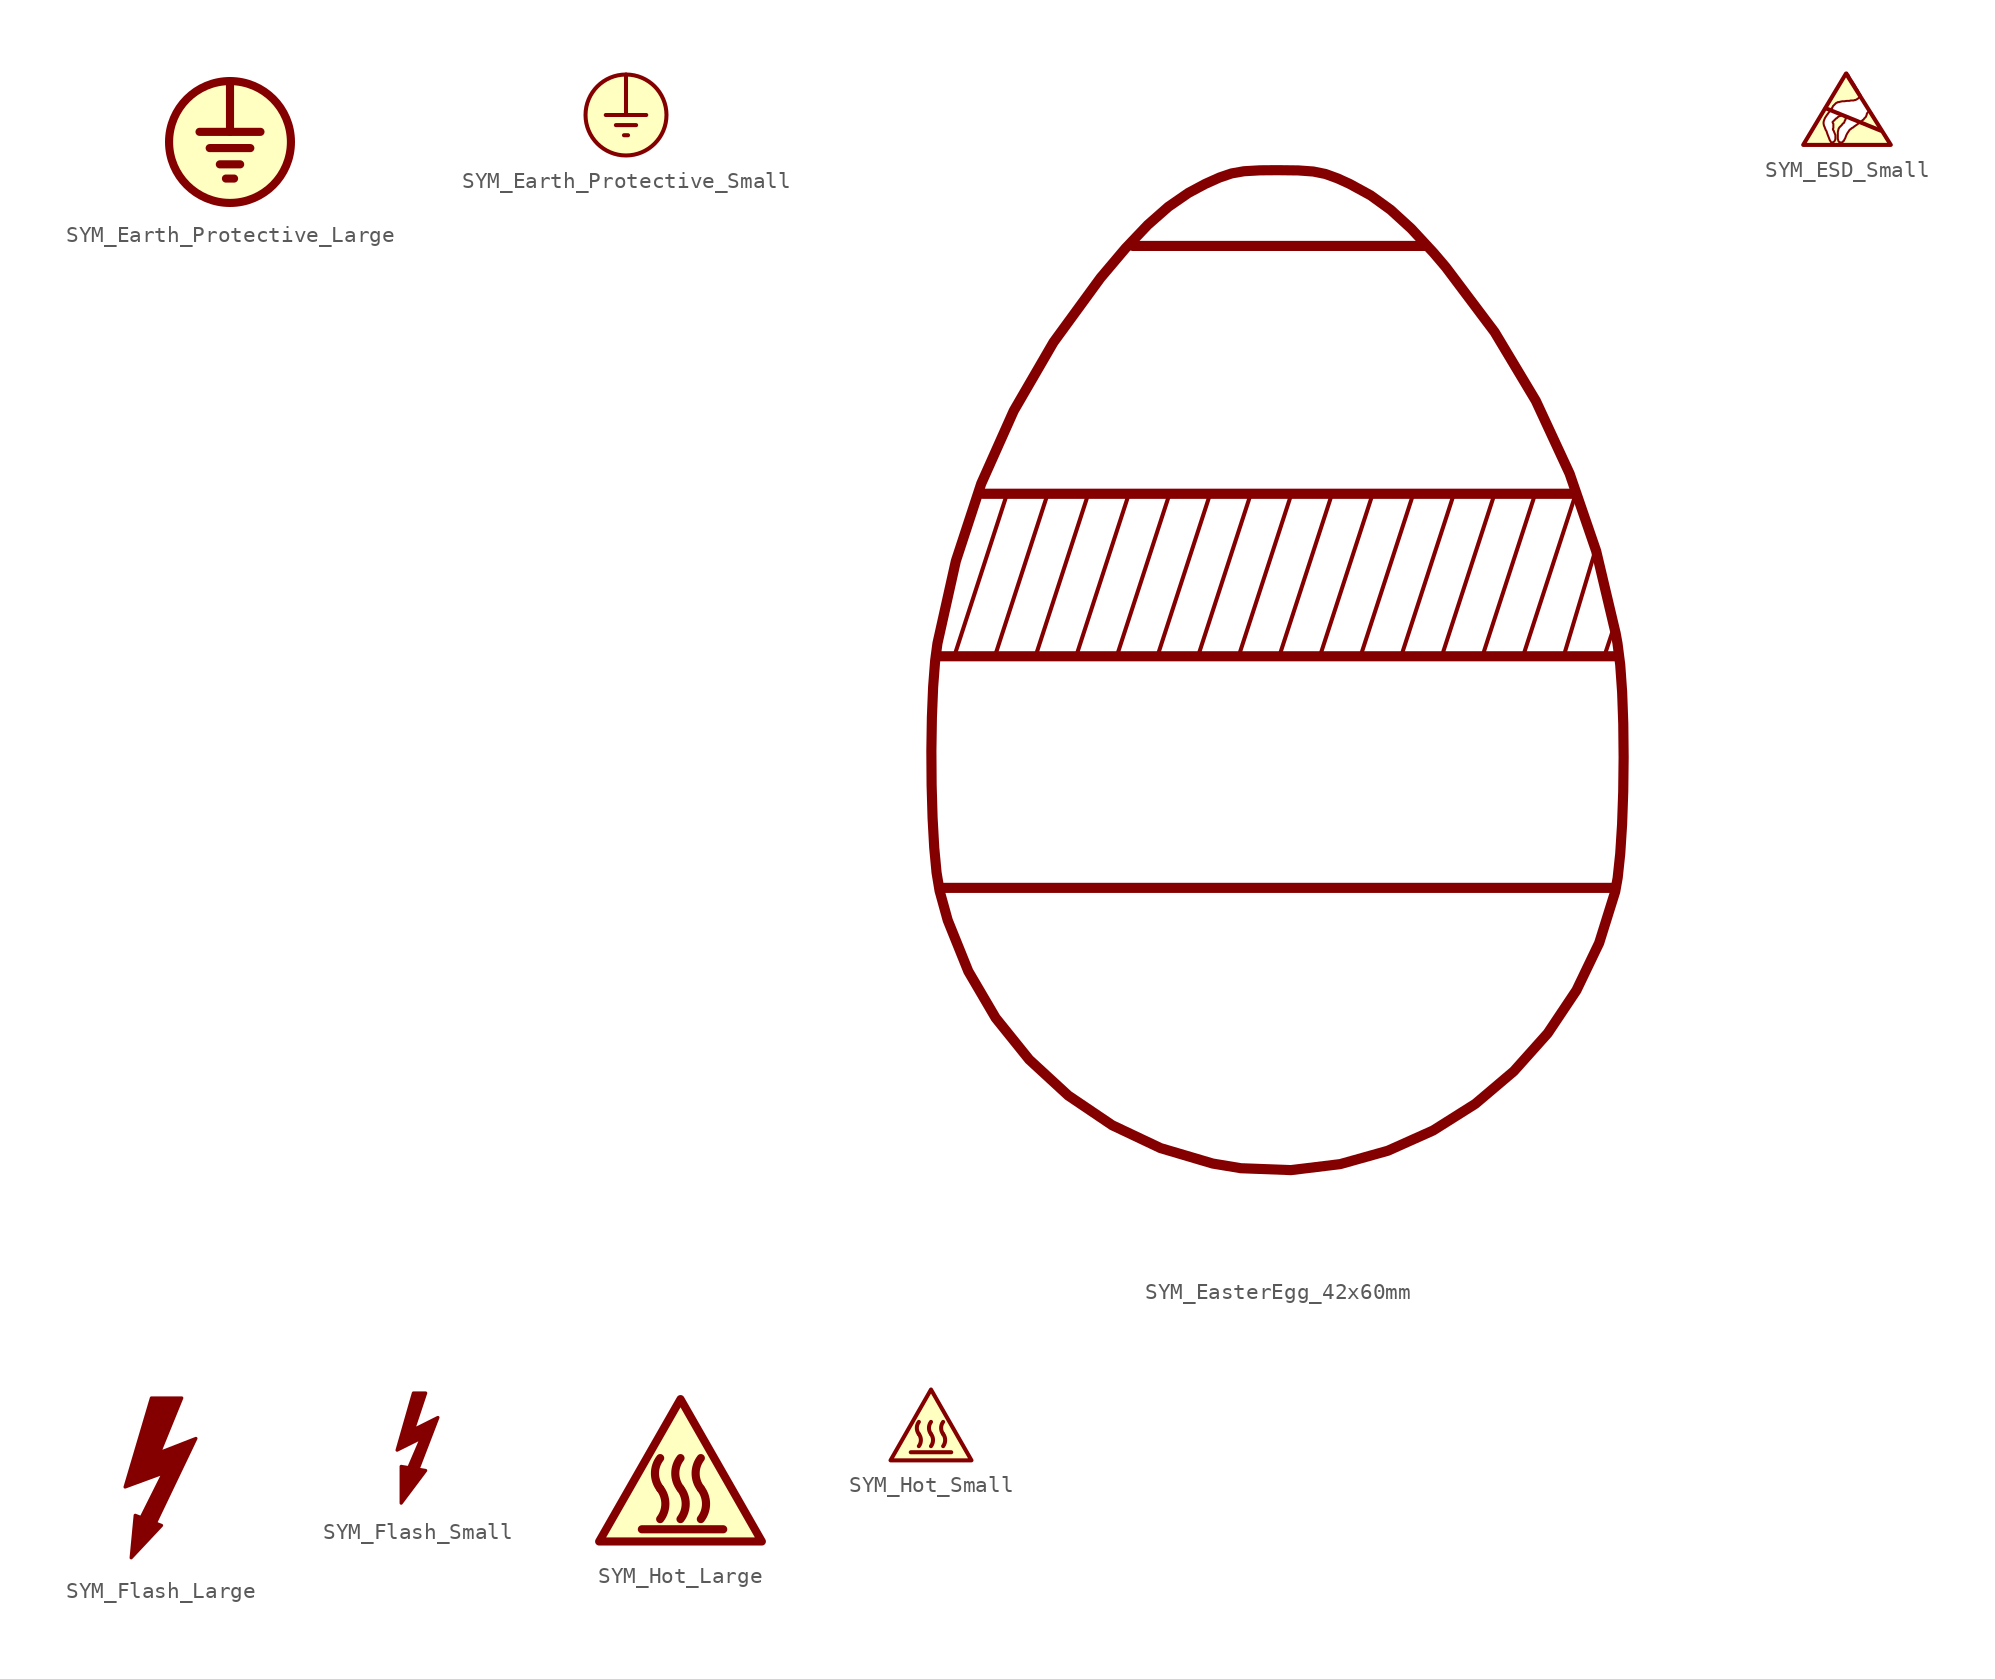
<source format=kicad_sym>
(kicad_symbol_lib
  (version 20241209)
  (generator "kicad_symbol_editor")
  (generator_version "9.0")
  (symbol "SYM_Earth_Protective_Large"
    (property "Reference" "#SYM"
      (at 0 5.08 0)
      (effects (font (size 1.27 1.27)) hide))
    (symbol "SYM_Earth_Protective_Large_0_1"
      (polyline (pts (xy -1.27 -0.381) (xy 1.27 -0.381)) (stroke (width 0.508) (type default)) (fill (type none)))
      (polyline (pts (xy -0.254 -2.286) (xy 0.254 -2.286)) (stroke (width 0.508) (type default)) (fill (type none)))
      (polyline (pts (xy 0 0.635) (xy 0 3.81)) (stroke (width 0.508) (type default)) (fill (type none)))
      (circle (center 0 0) (radius 3.81) (stroke (width 0.508) (type default)) (fill (type background)))
      (polyline (pts (xy 0.635 -1.397) (xy -0.635 -1.397) (xy 0.635 -1.397)) (stroke (width 0.508) (type default)) (fill (type none)))
      (polyline (pts (xy 1.905 0.635) (xy -1.905 0.635)) (stroke (width 0.508) (type default)) (fill (type none)))))
  (symbol "SYM_Earth_Protective_Small"
    (property "Reference" "#SYM"
      (at 0 3.81 0)
      (effects (font (size 1.27 1.27)) hide))
    (symbol "SYM_Earth_Protective_Small_0_1"
      (polyline (pts (xy -0.635 -0.635) (xy 0.635 -0.635)) (stroke (width 0.254) (type default)) (fill (type none)))
      (polyline (pts (xy -0.127 -1.27) (xy 0.127 -1.27)) (stroke (width 0.254) (type default)) (fill (type none)))
      (polyline (pts (xy 0 0) (xy 0 2.54)) (stroke (width 0.254) (type default)) (fill (type none)))
      (circle (center 0 0) (radius 2.54) (stroke (width 0.254) (type default)) (fill (type background)))
      (polyline (pts (xy 1.27 0) (xy -1.27 0)) (stroke (width 0.254) (type default)) (fill (type none)))))
  (symbol "SYM_EasterEgg_42x60mm"
    (property "Reference" "SYM"
      (at 0 0 0)
      (effects (font (size 1.27 1.27)) hide))
    (symbol "SYM_EasterEgg_42x60mm_0_0"
      (polyline (pts (xy -21.336 31.75) (xy 21.082 31.75)) (stroke (width 0.635) (type default)) (fill (type none)))
      (polyline (pts (xy -21.082 17.272) (xy 20.828 17.272)) (stroke (width 0.635) (type default)) (fill (type none)))
      (polyline (pts (xy -20.32 31.75) (xy -17.018 41.91)) (stroke (width 0.254) (type default)) (fill (type none)))
      (polyline (pts (xy -18.542 41.91) (xy 18.542 41.91)) (stroke (width 0.635) (type default)) (fill (type none)))
      (polyline (pts (xy -17.78 31.75) (xy -14.478 41.91)) (stroke (width 0.254) (type default)) (fill (type none)))
      (polyline (pts (xy -15.24 31.75) (xy -11.938 41.91)) (stroke (width 0.254) (type default)) (fill (type none)))
      (polyline (pts (xy -12.7 31.75) (xy -9.398 41.91)) (stroke (width 0.254) (type default)) (fill (type none)))
      (polyline (pts (xy -10.16 31.75) (xy -6.858 41.91)) (stroke (width 0.254) (type default)) (fill (type none)))
      (polyline (pts (xy -9.144 57.404) (xy 9.144 57.404)) (stroke (width 0.635) (type default)) (fill (type none)))
      (polyline (pts (xy -7.62 31.75) (xy -4.318 41.91)) (stroke (width 0.254) (type default)) (fill (type none)))
      (polyline (pts (xy -5.08 31.75) (xy -1.778 41.91)) (stroke (width 0.254) (type default)) (fill (type none)))
      (polyline (pts (xy -2.54 31.75) (xy 0.762 41.91)) (stroke (width 0.254) (type default)) (fill (type none)))
      (polyline (pts (xy 0 31.75) (xy 3.302 41.91)) (stroke (width 0.254) (type default)) (fill (type none)))
      (polyline (pts (xy 2.54 31.75) (xy 5.842 41.91)) (stroke (width 0.254) (type default)) (fill (type none)))
      (polyline (pts (xy 3.81 0) (xy 6.788 0.836) (xy 9.619 2.103) (xy 12.26 3.77) (xy 14.664 5.807) (xy 16.786 8.182) (xy 18.58 10.865) (xy 20.001 13.826) (xy 21.003 17.033) (xy 21.158 17.902) (xy 21.318 19.406) (xy 21.434 21.239) (xy 21.505 23.284) (xy 21.53 25.422) (xy 21.508 27.536) (xy 21.437 29.507) (xy 21.317 31.219) (xy 21.147 32.553) (xy 21.029 33.198) (xy 19.813 38.333) (xy 18.153 43.169) (xy 16.04 47.725) (xy 13.464 52.02) (xy 10.417 56.073) (xy 9.657 56.967) (xy 8.248 58.489) (xy 6.964 59.662) (xy 5.712 60.567) (xy 4.396 61.286) (xy 3.647 61.627) (xy 2.887 61.904) (xy 2.127 62.058) (xy 1.188 62.126) (xy -0.111 62.141) (xy -1.219 62.132) (xy -2.206 62.075) (xy -2.983 61.938) (xy -3.731 61.684) (xy -4.63 61.281) (xy -5.679 60.72) (xy -6.936 59.851) (xy -8.219 58.722) (xy -9.608 57.262) (xy -11.181 55.401) (xy -14.114 51.384) (xy -16.6 47.099) (xy -18.632 42.547) (xy -20.219 37.706) (xy -21.371 32.553) (xy -21.514 31.476) (xy -21.64 29.836) (xy -21.718 27.918) (xy -21.75 25.836) (xy -21.735 23.71) (xy -21.675 21.654) (xy -21.572 19.788) (xy -21.426 18.226) (xy -21.237 17.086) (xy -20.729 15.249) (xy -19.441 12.055) (xy -17.731 9.139) (xy -15.636 6.537) (xy -13.194 4.288) (xy -10.443 2.43) (xy -7.421 1) (xy -4.164 0.036) (xy -2.401 -0.257) (xy 0.732 -0.375) (xy 3.81 0)) (stroke (width 0.635) (type default)) (fill (type none)))
      (polyline (pts (xy 5.08 31.75) (xy 8.382 41.91)) (stroke (width 0.254) (type default)) (fill (type none)))
      (polyline (pts (xy 7.62 31.75) (xy 10.922 41.91)) (stroke (width 0.254) (type default)) (fill (type none)))
      (polyline (pts (xy 10.16 31.75) (xy 13.462 41.91)) (stroke (width 0.254) (type default)) (fill (type none)))
      (polyline (pts (xy 12.7 31.75) (xy 16.002 41.91)) (stroke (width 0.254) (type default)) (fill (type none)))
      (polyline (pts (xy 15.24 31.75) (xy 18.542 41.91)) (stroke (width 0.254) (type default)) (fill (type none)))
      (polyline (pts (xy 17.78 31.75) (xy 19.685 38.1)) (stroke (width 0.254) (type default)) (fill (type none)))
      (polyline (pts (xy 20.32 31.75) (xy 20.955 33.655)) (stroke (width 0.254) (type default)) (fill (type none)))))
  (symbol "SYM_ESD_Small"
    (property "Reference" "#SYM"
      (at 0 3.556 0)
      (effects (font (size 1.27 1.27)) hide))
    (symbol "SYM_ESD_Small_0_0"
      (polyline (pts (xy -2.667 -1.905) (xy 2.794 -1.905) (xy 0 2.54) (xy -2.667 -1.905)) (stroke (width 0.254) (type default)) (fill (type none)))
      (polyline (pts (xy -1.27 0.381) (xy 2.159 -1.016)) (stroke (width 0.254) (type default)) (fill (type none)))
      (polyline (pts (xy 2.743 -1.905) (xy 2.718 -1.88) (xy 2.616 -1.676) (xy 2.565 -1.6) (xy 2.489 -1.499) (xy 2.438 -1.372) (xy 1.753 -0.229) (xy 1.702 -0.127) (xy 1.626 -0.051) (xy 1.6 0.051) (xy 1.549 0.102) (xy 1.499 0.203) (xy 1.473 0.229) (xy 1.473 0.203) (xy 1.448 0.203) (xy 1.321 0.076) (xy 1.295 0.025) (xy 1.295 -0.025) (xy 1.27 -0.076) (xy 1.245 -0.152) (xy 1.143 -0.254) (xy 1.092 -0.33) (xy 1.041 -0.356) (xy 0.914 -0.483) (xy 0.762 -0.584) (xy 0.66 -0.66) (xy 0.508 -0.762) (xy 0.457 -0.813) (xy 0.356 -0.864) (xy 0.305 -0.914) (xy 0.229 -0.965) (xy 0.076 -1.194) (xy 0.025 -1.295) (xy -0.025 -1.422) (xy -0.051 -1.499) (xy -0.102 -1.575) (xy -0.127 -1.651) (xy -0.178 -1.676) (xy -0.203 -1.727) (xy -0.254 -1.753) (xy -0.406 -1.753) (xy -0.406 -1.727) (xy -0.457 -1.702) (xy -0.483 -1.626) (xy -0.508 -1.524) (xy -0.508 -1.092) (xy -0.457 -0.889) (xy -0.406 -0.813) (xy -0.254 -0.66) (xy -0.203 -0.584) (xy -0.127 -0.533) (xy -0.102 -0.483) (xy -0.076 -0.406) (xy -0.051 -0.356) (xy -0.025 -0.33) (xy -0.025 -0.279) (xy 0 -0.229) (xy -0.076 -0.152) (xy -0.127 -0.127) (xy -0.152 -0.076) (xy -0.203 -0.051) (xy -0.229 -0.025) (xy -0.254 -0.025) (xy -0.305 -0.076) (xy -0.356 -0.102) (xy -0.432 -0.127) (xy -0.483 -0.152) (xy -0.559 -0.229) (xy -0.61 -0.254) (xy -0.838 -0.483) (xy -0.813 -0.559) (xy -0.787 -0.584) (xy -0.787 -0.864) (xy -0.813 -0.889) (xy -0.813 -0.965) (xy -0.762 -1.016) (xy -0.762 -1.041) (xy -0.66 -1.295) (xy -0.66 -1.575) (xy -0.686 -1.6) (xy -0.686 -1.626) (xy -0.737 -1.702) (xy -0.838 -1.753) (xy -0.914 -1.753) (xy -0.94 -1.727) (xy -0.965 -1.676) (xy -1.016 -1.6) (xy -1.041 -1.524) (xy -1.143 -1.27) (xy -1.219 -1.041) (xy -1.27 -0.965) (xy -1.295 -0.889) (xy -1.321 -0.838) (xy -1.321 -0.813) (xy -1.372 -0.711) (xy -1.397 -0.584) (xy -1.397 -0.483) (xy -1.372 -0.381) (xy -1.321 -0.254) (xy -1.295 -0.203) (xy -1.194 -0.051) (xy -1.041 0.152) (xy -0.991 0.203) (xy -0.965 0.254) (xy -0.914 0.33) (xy -0.889 0.381) (xy -0.864 0.381) (xy -0.813 0.508) (xy -0.61 0.711) (xy -0.533 0.737) (xy -0.508 0.762) (xy -0.432 0.762) (xy -0.356 0.787) (xy -0.229 0.813) (xy -0.102 0.813) (xy 0.051 0.838) (xy 0.203 0.838) (xy 0.305 0.864) (xy 0.483 0.864) (xy 0.533 0.889) (xy 0.584 0.889) (xy 0.686 0.94) (xy 0.711 0.965) (xy 0.762 0.991) (xy 0.813 1.041) (xy 0.864 1.067) (xy 0.889 1.118) (xy 0.914 1.143) (xy 0.914 1.194) (xy 0.889 1.219) (xy 0.864 1.27) (xy 0.813 1.346) (xy 0.711 1.549) (xy 0.635 1.651) (xy 0.584 1.753) (xy 0.508 1.88) (xy 0.457 1.956) (xy 0.381 2.083) (xy 0.305 2.184) (xy 0.254 2.286) (xy 0.203 2.362) (xy 0.178 2.438) (xy 0.102 2.515) (xy 0.102 2.54) (xy 0.076 2.565) (xy 0.076 2.591) (xy 0.025 2.591) (xy 0.025 2.565) (xy -0.025 2.515) (xy -0.102 2.362) (xy -0.254 2.134) (xy -0.305 2.032) (xy -0.457 1.778) (xy -0.559 1.626) (xy -0.762 1.27) (xy -0.889 1.067) (xy -1.016 0.838) (xy -1.168 0.61) (xy -1.321 0.33) (xy -1.397 0.203) (xy -1.524 -0.025) (xy -1.778 -0.432) (xy -1.88 -0.635) (xy -2.007 -0.813) (xy -2.108 -0.991) (xy -2.21 -1.143) (xy -2.286 -1.295) (xy -2.438 -1.549) (xy -2.489 -1.651) (xy -2.565 -1.753) (xy -2.591 -1.829) (xy -2.616 -1.88) (xy -2.642 -1.905) (xy -2.642 -1.93) (xy 2.743 -1.93) (xy 2.743 -1.905)) (stroke (width 0.127) (type default)) (fill (type background)))))
  (symbol "SYM_Flash_Large"
    (property "Reference" "#SYM"
      (at -3.81 0 90)
      (effects (font (size 1.27 1.27)) hide))
    (symbol "SYM_Flash_Large_0_1"
      (polyline (pts (xy -0.508 4.445) (xy 1.397 4.445) (xy 0 1.016) (xy 2.286 1.905) (xy -0.508 -3.937) (xy -1.397 -3.556) (xy 0.254 -0.254) (xy -2.159 -1.143) (xy -0.508 4.445)) (stroke (width 0.203) (type default)) (fill (type outline)))
      (polyline (pts (xy 0.127 -3.556) (xy -1.524 -2.921) (xy -1.778 -5.588) (xy 0.127 -3.556)) (stroke (width 0.203) (type default)) (fill (type outline)))))
  (symbol "SYM_Flash_Small"
    (property "Reference" "#SYM"
      (at -2.286 0 90)
      (effects (font (size 1.27 1.27)) hide))
    (symbol "SYM_Flash_Small_0_1"
      (polyline (pts (xy -0.254 3.81) (xy 0.508 3.81) (xy -0.254 1.524) (xy 1.27 2.286) (xy 0 -1.016) (xy -0.508 -0.762) (xy 0.254 1.016) (xy -1.27 0.254) (xy -0.254 3.81)) (stroke (width 0.203) (type default)) (fill (type outline)))
      (polyline (pts (xy 0.508 -1.016) (xy -1.016 -0.762) (xy -1.016 -3.048) (xy 0.508 -1.016)) (stroke (width 0.203) (type default)) (fill (type outline)))))
  (symbol "SYM_Hot_Large"
    (property "Reference" "#SYM"
      (at 0 5.08 0)
      (effects (font (size 1.27 1.27)) hide))
    (symbol "SYM_Hot_Large_0_1"
      (polyline (pts (xy -5.08 -5.08) (xy 5.08 -5.08) (xy 0 3.81) (xy -5.08 -5.08)) (stroke (width 0.508) (type default)) (fill (type background)))
      (arc (start -1.27 -1.778) (mid -0.9449 -2.7305) (end -1.27 -3.683) (stroke (width 0.508) (type default)) (fill (type none)))
      (polyline (pts (xy -2.413 -4.318) (xy 2.667 -4.318)) (stroke (width 0.508) (type default)) (fill (type none)))
      (arc (start 0 -1.778) (mid 0.3251 -2.7305) (end 0 -3.683) (stroke (width 0.508) (type default)) (fill (type none)))
      (arc (start -1.27 -1.778) (mid -1.5951 -0.8255) (end -1.27 0.127) (stroke (width 0.508) (type default)) (fill (type none)))
      (arc (start 1.27 -1.778) (mid 1.5951 -2.7305) (end 1.27 -3.683) (stroke (width 0.508) (type default)) (fill (type none)))
      (arc (start 0 -1.778) (mid -0.3251 -0.8255) (end 0 0.127) (stroke (width 0.508) (type default)) (fill (type none)))
      (arc (start 1.27 -1.778) (mid 0.9449 -0.8255) (end 1.27 0.127) (stroke (width 0.508) (type default)) (fill (type none)))))
  (symbol "SYM_Hot_Small"
    (property "Reference" "#SYM"
      (at 0 3.556 0)
      (effects (font (size 1.27 1.27)) hide))
    (symbol "SYM_Hot_Small_0_1"
      (polyline (pts (xy -2.54 -1.905) (xy 2.54 -1.905) (xy 0 2.54) (xy -2.54 -1.905)) (stroke (width 0.254) (type default)) (fill (type background)))
      (arc (start -0.762 -0.254) (mid -0.635 -0.635) (end -0.762 -1.016) (stroke (width 0.254) (type default)) (fill (type none)))
      (arc (start 0 -0.254) (mid 0.127 -0.635) (end 0 -1.016) (stroke (width 0.254) (type default)) (fill (type none)))
      (arc (start -0.762 -0.254) (mid -0.889 0.127) (end -0.762 0.508) (stroke (width 0.254) (type default)) (fill (type none)))
      (arc (start 0.762 -0.254) (mid 0.889 -0.635) (end 0.762 -1.016) (stroke (width 0.254) (type default)) (fill (type none)))
      (arc (start 0 -0.254) (mid -0.127 0.127) (end 0 0.508) (stroke (width 0.254) (type default)) (fill (type none)))
      (arc (start 0.762 -0.254) (mid 0.635 0.127) (end 0.762 0.508) (stroke (width 0.254) (type default)) (fill (type none)))
      (polyline (pts (xy 1.27 -1.397) (xy -1.27 -1.397)) (stroke (width 0.254) (type default)) (fill (type none))))))
</source>
